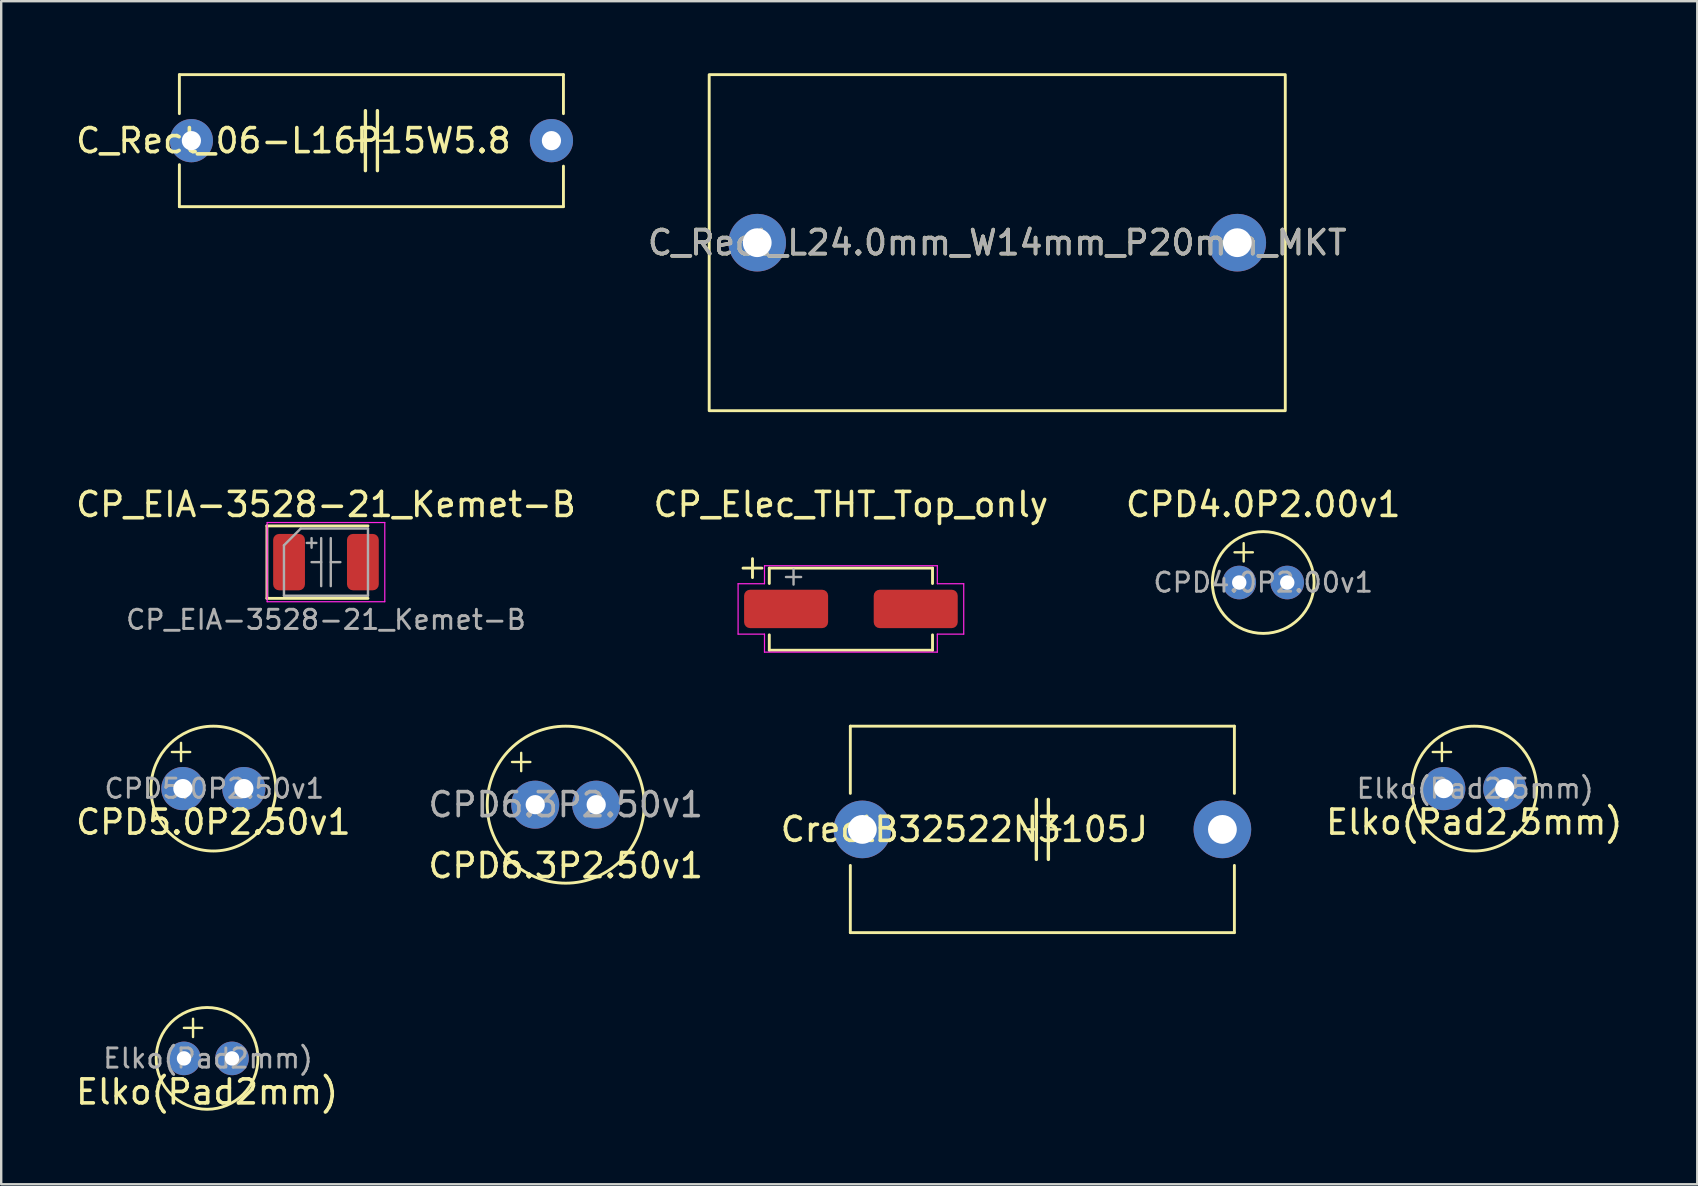
<source format=kicad_pcb>
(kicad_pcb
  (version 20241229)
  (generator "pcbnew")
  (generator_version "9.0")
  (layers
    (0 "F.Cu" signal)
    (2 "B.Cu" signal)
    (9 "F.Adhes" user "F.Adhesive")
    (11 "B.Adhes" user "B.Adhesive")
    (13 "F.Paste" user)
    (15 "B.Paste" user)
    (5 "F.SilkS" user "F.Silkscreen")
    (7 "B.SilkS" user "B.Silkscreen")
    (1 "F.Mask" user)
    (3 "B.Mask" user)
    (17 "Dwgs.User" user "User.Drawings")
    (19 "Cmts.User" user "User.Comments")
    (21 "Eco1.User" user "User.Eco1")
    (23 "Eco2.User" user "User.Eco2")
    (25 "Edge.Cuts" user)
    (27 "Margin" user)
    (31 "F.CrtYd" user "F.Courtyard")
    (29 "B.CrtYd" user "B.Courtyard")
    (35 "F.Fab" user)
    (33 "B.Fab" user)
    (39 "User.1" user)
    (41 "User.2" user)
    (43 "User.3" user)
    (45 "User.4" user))
  (footprint "CPD6.3P2.50v1"
    (layer "F.Cu")
    (at 20.518 30.473)
    (property "Reference" "CPD6.3P2.50v1" (at 0 2.54 0) (layer "F.SilkS") (effects (font (size 1 1) (thickness 0.15))))
    (attr through_hole)
    (fp_circle (center 0 0) (end 3.27 0) (stroke (width 0.12) (type solid)) (fill no) (layer "F.SilkS"))
    (fp_text user "+" (at -2.54 -1.27 0) (unlocked yes) (layer "F.SilkS") (effects (font (size 1 1) (thickness 0.1)) (justify left bottom)))
    (fp_text user "${REFERENCE}" (at 0 0 0) (layer "F.Fab") (effects (font (size 1 1) (thickness 0.15))))
    (pad "1" thru_hole circle (at -1.27 0) (size 2 2) (drill 0.8) (layers "*.Cu" "*.Mask"))
    (pad "2" thru_hole circle (at 1.27 0) (size 2 2) (drill 0.8) (layers "*.Cu" "*.Mask")))
  (footprint "CP_Elec_THT_Top_only"
    (layer "F.Cu")
    (at 32.399 22.318)
    (property "Reference" "CP_Elec_THT_Top_only" (at 0 -4.35 0) (layer "F.SilkS") (effects (font (size 1 1) (thickness 0.15))))
    (attr smd)
    (fp_line (start -4.494 -1.7) (end -3.706 -1.7) (stroke (width 0.12) (type solid)) (layer "F.SilkS"))
    (fp_line (start -4.1 -2.094) (end -4.1 -1.306) (stroke (width 0.12) (type solid)) (layer "F.SilkS"))
    (fp_line (start -3.4 -1.7) (end -3.4 -1.06) (stroke (width 0.12) (type solid)) (layer "F.SilkS"))
    (fp_line (start -3.4 -1.7) (end 3.4 -1.7) (stroke (width 0.12) (type solid)) (layer "F.SilkS"))
    (fp_line (start -3.4 1.72) (end -3.4 1.08) (stroke (width 0.12) (type solid)) (layer "F.SilkS"))
    (fp_line (start -3.4 1.72) (end 3.4 1.72) (stroke (width 0.12) (type solid)) (layer "F.SilkS"))
    (fp_line (start 3.4 -1.7) (end 3.4 -1.06) (stroke (width 0.12) (type solid)) (layer "F.SilkS"))
    (fp_line (start 3.4 1.72) (end 3.4 1.08) (stroke (width 0.12) (type solid)) (layer "F.SilkS"))
    (fp_line (start -4.7 -1.05) (end -4.7 1.05) (stroke (width 0.05) (type solid)) (layer "F.CrtYd"))
    (fp_line (start -4.7 1.05) (end -3.6 1.05) (stroke (width 0.05) (type solid)) (layer "F.CrtYd"))
    (fp_line (start -3.6 -1.8) (end 3.6 -1.8) (stroke (width 0.05) (type default)) (layer "F.CrtYd"))
    (fp_line (start -3.6 -1.05) (end -4.7 -1.05) (stroke (width 0.05) (type solid)) (layer "F.CrtYd"))
    (fp_line (start -3.6 -1.05) (end -3.6 -1.8) (stroke (width 0.05) (type default)) (layer "F.CrtYd"))
    (fp_line (start -3.6 1.8) (end -3.6 1.05) (stroke (width 0.05) (type default)) (layer "F.CrtYd"))
    (fp_line (start 3.6 -1.8) (end 3.6 -1.05) (stroke (width 0.05) (type default)) (layer "F.CrtYd"))
    (fp_line (start 3.6 -1.05) (end 4.7 -1.05) (stroke (width 0.05) (type solid)) (layer "F.CrtYd"))
    (fp_line (start 3.6 1.05) (end 3.6 1.8) (stroke (width 0.05) (type default)) (layer "F.CrtYd"))
    (fp_line (start 3.6 1.8) (end -3.6 1.8) (stroke (width 0.05) (type default)) (layer "F.CrtYd"))
    (fp_line (start 4.7 -1.05) (end 4.7 1.05) (stroke (width 0.05) (type solid)) (layer "F.CrtYd"))
    (fp_line (start 4.7 1.05) (end 3.6 1.05) (stroke (width 0.05) (type solid)) (layer "F.CrtYd"))
    (fp_line (start -2.705 -1.33) (end -2.075 -1.33) (stroke (width 0.1) (type solid)) (layer "F.Fab"))
    (fp_line (start -2.39 -1.645) (end -2.39 -1.015) (stroke (width 0.1) (type solid)) (layer "F.Fab"))
    (pad "1" smd roundrect (at -2.7 0) (size 3.5 1.6) (layers "F.Cu" "F.Mask" "F.Paste") (roundrect_rratio 0.156))
    (pad "2" smd roundrect (at 2.7 0) (size 3.5 1.6) (layers "F.Cu" "F.Mask" "F.Paste") (roundrect_rratio 0.156)))
  (footprint "C_Rect_L24.0mm_W14mm_P20mm_MKT"
    (layer "F.Cu")
    (at 38.495 7.06)
    (property "Reference" "C_Rect_L24.0mm_W14mm_P20mm_MKT" (at 0 0 0) (layer "F.SilkS") (effects (font (size 1 1) (thickness 0.15))))
    (attr through_hole)
    (fp_rect (start -12 -7) (end 12 7) (stroke (width 0.12) (type solid)) (fill no) (layer "F.SilkS"))
    (fp_text user "${REFERENCE}" (at 0 0 0) (layer "F.Fab") (effects (font (size 1 1) (thickness 0.15))))
    (pad "1" thru_hole circle (at -10 0) (size 2.4 2.4) (drill 1.2) (layers "*.Cu" "*.Mask"))
    (pad "2" thru_hole circle (at 10 0) (size 2.4 2.4) (drill 1.2) (layers "*.Cu" "*.Mask")))
  (footprint "Elko(Pad2,5mm)"
    (layer "F.Cu")
    (at 58.367 29.803)
    (property "Reference" "Elko(Pad2,5mm)" (at 0 1.397 0) (layer "F.SilkS") (effects (font (size 1 1) (thickness 0.15))))
    (attr through_hole)
    (fp_circle (center 0 0) (end 2.6 0) (stroke (width 0.12) (type solid)) (fill no) (layer "F.SilkS"))
    (fp_text user "+" (at -2.032 -1.016 0) (unlocked yes) (layer "F.SilkS") (effects (font (size 1 1) (thickness 0.1)) (justify left bottom)))
    (fp_text user "${REFERENCE}" (at 0.039 0 0) (layer "F.Fab") (effects (font (size 0.8 0.8) (thickness 0.12))))
    (pad "1" thru_hole circle (at -1.27 0) (size 1.8 1.8) (drill 0.8) (layers "*.Cu" "*.Mask"))
    (pad "2" thru_hole circle (at 1.27 0) (size 1.8 1.8) (drill 0.8) (layers "*.Cu" "*.Mask")))
  (footprint "CPD5.0P2.50v1"
    (layer "F.Cu")
    (at 5.839 29.803)
    (property "Reference" "CPD5.0P2.50v1" (at 0 1.397 0) (layer "F.SilkS") (effects (font (size 1 1) (thickness 0.15))))
    (attr through_hole)
    (fp_circle (center 0 0) (end 2.6 0) (stroke (width 0.12) (type solid)) (fill no) (layer "F.SilkS"))
    (fp_text user "+" (at -2.032 -1.016 0) (unlocked yes) (layer "F.SilkS") (effects (font (size 1 1) (thickness 0.1)) (justify left bottom)))
    (fp_text user "${REFERENCE}" (at 0.039 0 0) (layer "F.Fab") (effects (font (size 0.8 0.8) (thickness 0.12))))
    (pad "1" thru_hole circle (at -1.27 0) (size 1.8 1.8) (drill 0.8) (layers "*.Cu" "*.Mask"))
    (pad "2" thru_hole circle (at 1.27 0) (size 1.8 1.8) (drill 0.8) (layers "*.Cu" "*.Mask")))
  (footprint "C_Rect_06-L16P15W5.8"
    (layer "F.Cu")
    (at 12.423 2.81)
    (property "Reference" "C_Rect_06-L16P15W5.8" (at -3.25 0 0) (layer "F.SilkS") (effects (font (size 1 1) (thickness 0.15))))
    (attr through_hole)
    (fp_line (start -8 -2.75) (end -8 -1.125) (stroke (width 0.12) (type solid)) (layer "F.SilkS"))
    (fp_line (start -8 -2.75) (end 8 -2.75) (stroke (width 0.12) (type solid)) (layer "F.SilkS"))
    (fp_line (start -8 1) (end -8 2.75) (stroke (width 0.12) (type solid)) (layer "F.SilkS"))
    (fp_line (start -8 2.75) (end 8 2.75) (stroke (width 0.12) (type solid)) (layer "F.SilkS"))
    (fp_line (start -0.25 -1.25) (end -0.25 1.25) (stroke (width 0.14) (type default)) (layer "F.SilkS"))
    (fp_line (start -0.25 0) (end -0.75 0) (stroke (width 0.1) (type default)) (layer "F.SilkS"))
    (fp_line (start 0.25 -1.25) (end 0.25 1.25) (stroke (width 0.14) (type default)) (layer "F.SilkS"))
    (fp_line (start 0.75 0) (end 0.25 0) (stroke (width 0.1) (type default)) (layer "F.SilkS"))
    (fp_line (start 8 -2.75) (end 8 -1.125) (stroke (width 0.12) (type solid)) (layer "F.SilkS"))
    (fp_line (start 8 1.062) (end 8 2.75) (stroke (width 0.12) (type solid)) (layer "F.SilkS"))
    (pad "1" thru_hole circle (at -7.5 0) (size 1.8 1.8) (drill 0.8) (layers "*.Cu" "*.Mask"))
    (pad "2" thru_hole circle (at 7.5 0) (size 1.8 1.8) (drill 0.8) (layers "*.Cu" "*.Mask")))
  (footprint "CP_EIA-3528-21_Kemet-B"
    (layer "F.Cu")
    (at 10.53 20.368)
    (property "Reference" "CP_EIA-3528-21_Kemet-B" (at 0 -2.4 0) (layer "F.SilkS") (effects (font (size 1 1) (thickness 0.15))))
    (attr smd)
    (fp_line (start -2.46 -1.51) (end -2.46 1.51) (stroke (width 0.12) (type solid)) (layer "F.SilkS"))
    (fp_line (start -2.46 1.51) (end 1.75 1.51) (stroke (width 0.12) (type solid)) (layer "F.SilkS"))
    (fp_line (start 1.75 -1.51) (end -2.46 -1.51) (stroke (width 0.12) (type solid)) (layer "F.SilkS"))
    (fp_line (start -2.45 -1.65) (end 2.45 -1.65) (stroke (width 0.05) (type solid)) (layer "F.CrtYd"))
    (fp_line (start -2.45 1.65) (end -2.45 -1.65) (stroke (width 0.05) (type solid)) (layer "F.CrtYd"))
    (fp_line (start 2.45 -1.65) (end 2.45 1.65) (stroke (width 0.05) (type solid)) (layer "F.CrtYd"))
    (fp_line (start 2.45 1.65) (end -2.45 1.65) (stroke (width 0.05) (type solid)) (layer "F.CrtYd"))
    (fp_line (start -1.75 -0.7) (end -1.75 1.4) (stroke (width 0.1) (type solid)) (layer "F.Fab"))
    (fp_line (start -1.75 1.4) (end 1.75 1.4) (stroke (width 0.1) (type solid)) (layer "F.Fab"))
    (fp_line (start -1.05 -1.4) (end -1.75 -0.7) (stroke (width 0.1) (type solid)) (layer "F.Fab"))
    (fp_line (start -0.8 -0.8) (end -0.4 -0.8) (stroke (width 0.1) (type default)) (layer "F.Fab"))
    (fp_line (start -0.6 -0.6) (end -0.6 -1) (stroke (width 0.1) (type default)) (layer "F.Fab"))
    (fp_line (start -0.2 -1) (end -0.2 1) (stroke (width 0.1) (type default)) (layer "F.Fab"))
    (fp_line (start -0.2 0) (end -0.6 0) (stroke (width 0.1) (type default)) (layer "F.Fab"))
    (fp_line (start 0.2 -1) (end 0.2 1) (stroke (width 0.1) (type default)) (layer "F.Fab"))
    (fp_line (start 0.2 0) (end 0.6 0) (stroke (width 0.1) (type default)) (layer "F.Fab"))
    (fp_line (start 1.75 -1.4) (end -1.05 -1.4) (stroke (width 0.1) (type solid)) (layer "F.Fab"))
    (fp_line (start 1.75 1.4) (end 1.75 -1.4) (stroke (width 0.1) (type solid)) (layer "F.Fab"))
    (fp_text user "${REFERENCE}" (at 0 2.4 0) (layer "F.Fab") (effects (font (size 0.8 0.8) (thickness 0.12))))
    (pad "1" smd roundrect (at -1.538 0) (size 1.325 2.35) (layers "F.Cu" "F.Mask" "F.Paste") (roundrect_rratio 0.189))
    (pad "2" smd roundrect (at 1.538 0) (size 1.325 2.35) (layers "F.Cu" "F.Mask" "F.Paste") (roundrect_rratio 0.189)))
  (footprint "CPD4.0P2.00v1"
    (layer "F.Cu")
    (at 49.577 21.218)
    (property "Reference" "CPD4.0P2.00v1" (at 0 -3.25 0) (layer "F.SilkS") (effects (font (size 1 1) (thickness 0.15))))
    (attr through_hole)
    (fp_circle (center 0 0) (end 2.12 0) (stroke (width 0.12) (type solid)) (fill no) (layer "F.SilkS"))
    (fp_text user "+" (at -1.5 -0.75 0) (unlocked yes) (layer "F.SilkS") (effects (font (size 1 1) (thickness 0.1)) (justify left bottom)))
    (fp_text user "${REFERENCE}" (at 0 0 0) (layer "F.Fab") (effects (font (size 0.8 0.8) (thickness 0.12))))
    (pad "1" thru_hole circle (at -1 0) (size 1.4 1.4) (drill 0.6) (layers "*.Cu" "*.Mask"))
    (pad "2" thru_hole circle (at 1 0) (size 1.4 1.4) (drill 0.6) (layers "*.Cu" "*.Mask")))
  (footprint "CrectB32522N3105J"
    (layer "F.Cu")
    (at 40.375 31.503)
    (property "Reference" "CrectB32522N3105J" (at -3.25 0 0) (layer "F.SilkS") (effects (font (size 1 1) (thickness 0.15))))
    (attr through_hole)
    (fp_line (start -8 -4.3) (end -8 -1.5) (stroke (width 0.12) (type solid)) (layer "F.SilkS"))
    (fp_line (start -8 -4.3) (end 8 -4.3) (stroke (width 0.12) (type solid)) (layer "F.SilkS"))
    (fp_line (start -8 1.5) (end -8 4.3) (stroke (width 0.12) (type solid)) (layer "F.SilkS"))
    (fp_line (start -8 4.3) (end 8 4.3) (stroke (width 0.12) (type solid)) (layer "F.SilkS"))
    (fp_line (start -0.25 -1.25) (end -0.25 1.25) (stroke (width 0.14) (type default)) (layer "F.SilkS"))
    (fp_line (start -0.25 0) (end -0.75 0) (stroke (width 0.1) (type default)) (layer "F.SilkS"))
    (fp_line (start 0.25 -1.25) (end 0.25 1.25) (stroke (width 0.14) (type default)) (layer "F.SilkS"))
    (fp_line (start 0.75 0) (end 0.25 0) (stroke (width 0.1) (type default)) (layer "F.SilkS"))
    (fp_line (start 8 -4.3) (end 8 -1.5) (stroke (width 0.12) (type solid)) (layer "F.SilkS"))
    (fp_line (start 8 1.5) (end 8 4.3) (stroke (width 0.12) (type solid)) (layer "F.SilkS"))
    (pad "1" thru_hole circle (at -7.5 0) (size 2.4 2.4) (drill 1.2) (layers "*.Cu" "*.Mask"))
    (pad "2" thru_hole circle (at 7.5 0) (size 2.4 2.4) (drill 1.2) (layers "*.Cu" "*.Mask")))
  (footprint "Elko(Pad2mm)"
    (layer "F.Cu")
    (at 5.577 41.043)
    (property "Reference" "Elko(Pad2mm)" (at 0 1.397 0) (layer "F.SilkS") (effects (font (size 1 1) (thickness 0.15))))
    (attr through_hole)
    (fp_circle (center 0 0) (end 2.12 0) (stroke (width 0.12) (type solid)) (fill no) (layer "F.SilkS"))
    (fp_text user "+" (at -1.27 -0.762 0) (unlocked yes) (layer "F.SilkS") (effects (font (size 1 1) (thickness 0.1)) (justify left bottom)))
    (fp_text user "${REFERENCE}" (at 0.039 0 0) (layer "F.Fab") (effects (font (size 0.8 0.8) (thickness 0.12))))
    (pad "1" thru_hole circle (at -0.961 0) (size 1.4 1.4) (drill 0.6) (layers "*.Cu" "*.Mask"))
    (pad "2" thru_hole circle (at 1.039 0) (size 1.4 1.4) (drill 0.6) (layers "*.Cu" "*.Mask")))
  (gr_rect
    (start -3 -3)
    (end 67.658 46.288)
    (stroke (width 0.1) (type default))
    (fill no)
    (layer "Edge.Cuts")))
</source>
